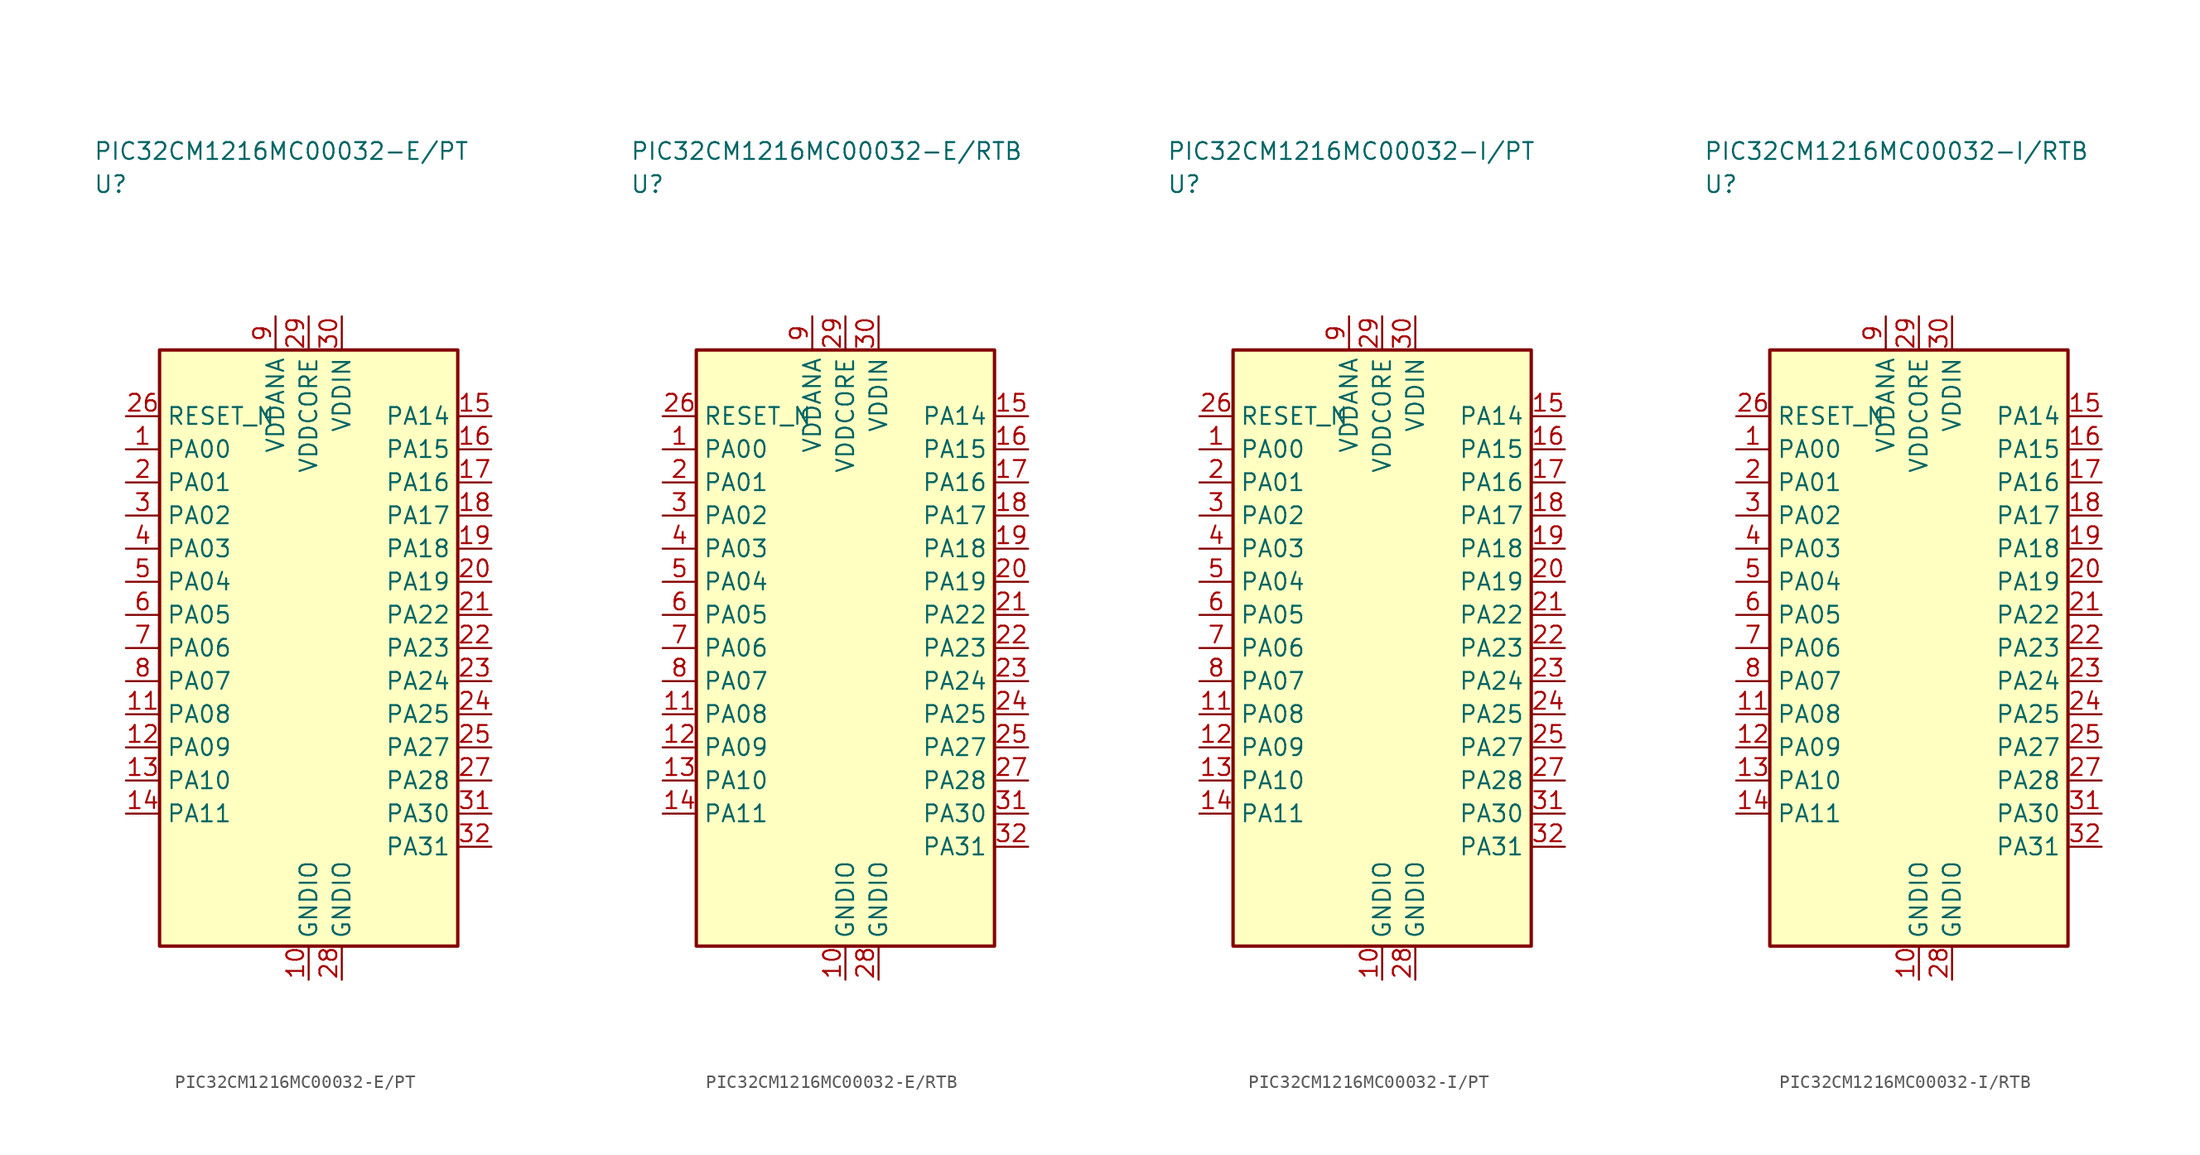
<source format=kicad_sym>
(kicad_symbol_lib
  (version 20241025)
  (generator "kicad_symbol_editor")
  (generator_version "8.0")
  (symbol "PIC32CM1216MC00032-E/PT"
    (property "Reference" "U"
      (at -16.25 35.0 0)
      (effects (font (size 1.27 1.27)) (justify left)))
    (property "Value" "PIC32CM1216MC00032-E/PT"
      (at -16.25 37.5 0)
      (effects (font (size 1.27 1.27)) (justify left)))
    (symbol "PIC32CM1216MC00032-E/PT_0_1"
      (rectangle (start -11.25 22.5) (end 11.25 -22.5) (stroke (width 0.254) (type default)) (fill (type background))))
    (symbol "PIC32CM1216MC00032-E/PT_1_1"
      (pin bidirectional line (at -13.79 15.0 0.0) (length 2.54) (name "PA00" (effects (font (size 1.27 1.27)))) (number "1" (effects (font (size 1.27 1.27)))))
      (pin bidirectional line (at -13.79 12.5 0.0) (length 2.54) (name "PA01" (effects (font (size 1.27 1.27)))) (number "2" (effects (font (size 1.27 1.27)))))
      (pin bidirectional line (at -13.79 10.0 0.0) (length 2.54) (name "PA02" (effects (font (size 1.27 1.27)))) (number "3" (effects (font (size 1.27 1.27)))))
      (pin bidirectional line (at -13.79 7.5 0.0) (length 2.54) (name "PA03" (effects (font (size 1.27 1.27)))) (number "4" (effects (font (size 1.27 1.27)))))
      (pin bidirectional line (at -13.79 5.0 0.0) (length 2.54) (name "PA04" (effects (font (size 1.27 1.27)))) (number "5" (effects (font (size 1.27 1.27)))))
      (pin bidirectional line (at -13.79 2.5 0.0) (length 2.54) (name "PA05" (effects (font (size 1.27 1.27)))) (number "6" (effects (font (size 1.27 1.27)))))
      (pin bidirectional line (at -13.79 0.0 0.0) (length 2.54) (name "PA06" (effects (font (size 1.27 1.27)))) (number "7" (effects (font (size 1.27 1.27)))))
      (pin bidirectional line (at -13.79 -2.5 0.0) (length 2.54) (name "PA07" (effects (font (size 1.27 1.27)))) (number "8" (effects (font (size 1.27 1.27)))))
      (pin power_in line (at -2.5 25.04 270.0) (length 2.54) (name "VDDANA" (effects (font (size 1.27 1.27)))) (number "9" (effects (font (size 1.27 1.27)))))
      (pin passive line (at 0.0 -25.04 90.0) (length 2.54) (name "GNDIO" (effects (font (size 1.27 1.27)))) (number "10" (effects (font (size 1.27 1.27)))))
      (pin bidirectional line (at -13.79 -5.0 0.0) (length 2.54) (name "PA08" (effects (font (size 1.27 1.27)))) (number "11" (effects (font (size 1.27 1.27)))))
      (pin bidirectional line (at -13.79 -7.5 0.0) (length 2.54) (name "PA09" (effects (font (size 1.27 1.27)))) (number "12" (effects (font (size 1.27 1.27)))))
      (pin bidirectional line (at -13.79 -10.0 0.0) (length 2.54) (name "PA10" (effects (font (size 1.27 1.27)))) (number "13" (effects (font (size 1.27 1.27)))))
      (pin bidirectional line (at -13.79 -12.5 0.0) (length 2.54) (name "PA11" (effects (font (size 1.27 1.27)))) (number "14" (effects (font (size 1.27 1.27)))))
      (pin bidirectional line (at 13.79 17.5 180.0) (length 2.54) (name "PA14" (effects (font (size 1.27 1.27)))) (number "15" (effects (font (size 1.27 1.27)))))
      (pin bidirectional line (at 13.79 15.0 180.0) (length 2.54) (name "PA15" (effects (font (size 1.27 1.27)))) (number "16" (effects (font (size 1.27 1.27)))))
      (pin bidirectional line (at 13.79 12.5 180.0) (length 2.54) (name "PA16" (effects (font (size 1.27 1.27)))) (number "17" (effects (font (size 1.27 1.27)))))
      (pin bidirectional line (at 13.79 10.0 180.0) (length 2.54) (name "PA17" (effects (font (size 1.27 1.27)))) (number "18" (effects (font (size 1.27 1.27)))))
      (pin bidirectional line (at 13.79 7.5 180.0) (length 2.54) (name "PA18" (effects (font (size 1.27 1.27)))) (number "19" (effects (font (size 1.27 1.27)))))
      (pin bidirectional line (at 13.79 5.0 180.0) (length 2.54) (name "PA19" (effects (font (size 1.27 1.27)))) (number "20" (effects (font (size 1.27 1.27)))))
      (pin bidirectional line (at 13.79 2.5 180.0) (length 2.54) (name "PA22" (effects (font (size 1.27 1.27)))) (number "21" (effects (font (size 1.27 1.27)))))
      (pin bidirectional line (at 13.79 0.0 180.0) (length 2.54) (name "PA23" (effects (font (size 1.27 1.27)))) (number "22" (effects (font (size 1.27 1.27)))))
      (pin bidirectional line (at 13.79 -2.5 180.0) (length 2.54) (name "PA24" (effects (font (size 1.27 1.27)))) (number "23" (effects (font (size 1.27 1.27)))))
      (pin bidirectional line (at 13.79 -5.0 180.0) (length 2.54) (name "PA25" (effects (font (size 1.27 1.27)))) (number "24" (effects (font (size 1.27 1.27)))))
      (pin bidirectional line (at 13.79 -7.5 180.0) (length 2.54) (name "PA27" (effects (font (size 1.27 1.27)))) (number "25" (effects (font (size 1.27 1.27)))))
      (pin input line (at -13.79 17.5 0.0) (length 2.54) (name "RESET_N" (effects (font (size 1.27 1.27)))) (number "26" (effects (font (size 1.27 1.27)))))
      (pin bidirectional line (at 13.79 -10.0 180.0) (length 2.54) (name "PA28" (effects (font (size 1.27 1.27)))) (number "27" (effects (font (size 1.27 1.27)))))
      (pin passive line (at 2.5 -25.04 90.0) (length 2.54) (name "GNDIO" (effects (font (size 1.27 1.27)))) (number "28" (effects (font (size 1.27 1.27)))))
      (pin power_in line (at 0.0 25.04 270.0) (length 2.54) (name "VDDCORE" (effects (font (size 1.27 1.27)))) (number "29" (effects (font (size 1.27 1.27)))))
      (pin power_in line (at 2.5 25.04 270.0) (length 2.54) (name "VDDIN" (effects (font (size 1.27 1.27)))) (number "30" (effects (font (size 1.27 1.27)))))
      (pin bidirectional line (at 13.79 -12.5 180.0) (length 2.54) (name "PA30" (effects (font (size 1.27 1.27)))) (number "31" (effects (font (size 1.27 1.27)))))
      (pin bidirectional line (at 13.79 -15.0 180.0) (length 2.54) (name "PA31" (effects (font (size 1.27 1.27)))) (number "32" (effects (font (size 1.27 1.27)))))))
  (symbol "PIC32CM1216MC00032-E/RTB"
    (property "Reference" "U"
      (at -16.25 35.0 0)
      (effects (font (size 1.27 1.27)) (justify left)))
    (property "Value" "PIC32CM1216MC00032-E/RTB"
      (at -16.25 37.5 0)
      (effects (font (size 1.27 1.27)) (justify left)))
    (symbol "PIC32CM1216MC00032-E/RTB_0_1"
      (rectangle (start -11.25 22.5) (end 11.25 -22.5) (stroke (width 0.254) (type default)) (fill (type background))))
    (symbol "PIC32CM1216MC00032-E/RTB_1_1"
      (pin bidirectional line (at -13.79 15.0 0.0) (length 2.54) (name "PA00" (effects (font (size 1.27 1.27)))) (number "1" (effects (font (size 1.27 1.27)))))
      (pin bidirectional line (at -13.79 12.5 0.0) (length 2.54) (name "PA01" (effects (font (size 1.27 1.27)))) (number "2" (effects (font (size 1.27 1.27)))))
      (pin bidirectional line (at -13.79 10.0 0.0) (length 2.54) (name "PA02" (effects (font (size 1.27 1.27)))) (number "3" (effects (font (size 1.27 1.27)))))
      (pin bidirectional line (at -13.79 7.5 0.0) (length 2.54) (name "PA03" (effects (font (size 1.27 1.27)))) (number "4" (effects (font (size 1.27 1.27)))))
      (pin bidirectional line (at -13.79 5.0 0.0) (length 2.54) (name "PA04" (effects (font (size 1.27 1.27)))) (number "5" (effects (font (size 1.27 1.27)))))
      (pin bidirectional line (at -13.79 2.5 0.0) (length 2.54) (name "PA05" (effects (font (size 1.27 1.27)))) (number "6" (effects (font (size 1.27 1.27)))))
      (pin bidirectional line (at -13.79 0.0 0.0) (length 2.54) (name "PA06" (effects (font (size 1.27 1.27)))) (number "7" (effects (font (size 1.27 1.27)))))
      (pin bidirectional line (at -13.79 -2.5 0.0) (length 2.54) (name "PA07" (effects (font (size 1.27 1.27)))) (number "8" (effects (font (size 1.27 1.27)))))
      (pin power_in line (at -2.5 25.04 270.0) (length 2.54) (name "VDDANA" (effects (font (size 1.27 1.27)))) (number "9" (effects (font (size 1.27 1.27)))))
      (pin passive line (at 0.0 -25.04 90.0) (length 2.54) (name "GNDIO" (effects (font (size 1.27 1.27)))) (number "10" (effects (font (size 1.27 1.27)))))
      (pin bidirectional line (at -13.79 -5.0 0.0) (length 2.54) (name "PA08" (effects (font (size 1.27 1.27)))) (number "11" (effects (font (size 1.27 1.27)))))
      (pin bidirectional line (at -13.79 -7.5 0.0) (length 2.54) (name "PA09" (effects (font (size 1.27 1.27)))) (number "12" (effects (font (size 1.27 1.27)))))
      (pin bidirectional line (at -13.79 -10.0 0.0) (length 2.54) (name "PA10" (effects (font (size 1.27 1.27)))) (number "13" (effects (font (size 1.27 1.27)))))
      (pin bidirectional line (at -13.79 -12.5 0.0) (length 2.54) (name "PA11" (effects (font (size 1.27 1.27)))) (number "14" (effects (font (size 1.27 1.27)))))
      (pin bidirectional line (at 13.79 17.5 180.0) (length 2.54) (name "PA14" (effects (font (size 1.27 1.27)))) (number "15" (effects (font (size 1.27 1.27)))))
      (pin bidirectional line (at 13.79 15.0 180.0) (length 2.54) (name "PA15" (effects (font (size 1.27 1.27)))) (number "16" (effects (font (size 1.27 1.27)))))
      (pin bidirectional line (at 13.79 12.5 180.0) (length 2.54) (name "PA16" (effects (font (size 1.27 1.27)))) (number "17" (effects (font (size 1.27 1.27)))))
      (pin bidirectional line (at 13.79 10.0 180.0) (length 2.54) (name "PA17" (effects (font (size 1.27 1.27)))) (number "18" (effects (font (size 1.27 1.27)))))
      (pin bidirectional line (at 13.79 7.5 180.0) (length 2.54) (name "PA18" (effects (font (size 1.27 1.27)))) (number "19" (effects (font (size 1.27 1.27)))))
      (pin bidirectional line (at 13.79 5.0 180.0) (length 2.54) (name "PA19" (effects (font (size 1.27 1.27)))) (number "20" (effects (font (size 1.27 1.27)))))
      (pin bidirectional line (at 13.79 2.5 180.0) (length 2.54) (name "PA22" (effects (font (size 1.27 1.27)))) (number "21" (effects (font (size 1.27 1.27)))))
      (pin bidirectional line (at 13.79 0.0 180.0) (length 2.54) (name "PA23" (effects (font (size 1.27 1.27)))) (number "22" (effects (font (size 1.27 1.27)))))
      (pin bidirectional line (at 13.79 -2.5 180.0) (length 2.54) (name "PA24" (effects (font (size 1.27 1.27)))) (number "23" (effects (font (size 1.27 1.27)))))
      (pin bidirectional line (at 13.79 -5.0 180.0) (length 2.54) (name "PA25" (effects (font (size 1.27 1.27)))) (number "24" (effects (font (size 1.27 1.27)))))
      (pin bidirectional line (at 13.79 -7.5 180.0) (length 2.54) (name "PA27" (effects (font (size 1.27 1.27)))) (number "25" (effects (font (size 1.27 1.27)))))
      (pin input line (at -13.79 17.5 0.0) (length 2.54) (name "RESET_N" (effects (font (size 1.27 1.27)))) (number "26" (effects (font (size 1.27 1.27)))))
      (pin bidirectional line (at 13.79 -10.0 180.0) (length 2.54) (name "PA28" (effects (font (size 1.27 1.27)))) (number "27" (effects (font (size 1.27 1.27)))))
      (pin passive line (at 2.5 -25.04 90.0) (length 2.54) (name "GNDIO" (effects (font (size 1.27 1.27)))) (number "28" (effects (font (size 1.27 1.27)))))
      (pin power_in line (at 0.0 25.04 270.0) (length 2.54) (name "VDDCORE" (effects (font (size 1.27 1.27)))) (number "29" (effects (font (size 1.27 1.27)))))
      (pin power_in line (at 2.5 25.04 270.0) (length 2.54) (name "VDDIN" (effects (font (size 1.27 1.27)))) (number "30" (effects (font (size 1.27 1.27)))))
      (pin bidirectional line (at 13.79 -12.5 180.0) (length 2.54) (name "PA30" (effects (font (size 1.27 1.27)))) (number "31" (effects (font (size 1.27 1.27)))))
      (pin bidirectional line (at 13.79 -15.0 180.0) (length 2.54) (name "PA31" (effects (font (size 1.27 1.27)))) (number "32" (effects (font (size 1.27 1.27)))))))
  (symbol "PIC32CM1216MC00032-I/PT"
    (property "Reference" "U"
      (at -16.25 35.0 0)
      (effects (font (size 1.27 1.27)) (justify left)))
    (property "Value" "PIC32CM1216MC00032-I/PT"
      (at -16.25 37.5 0)
      (effects (font (size 1.27 1.27)) (justify left)))
    (symbol "PIC32CM1216MC00032-I/PT_0_1"
      (rectangle (start -11.25 22.5) (end 11.25 -22.5) (stroke (width 0.254) (type default)) (fill (type background))))
    (symbol "PIC32CM1216MC00032-I/PT_1_1"
      (pin bidirectional line (at -13.79 15.0 0.0) (length 2.54) (name "PA00" (effects (font (size 1.27 1.27)))) (number "1" (effects (font (size 1.27 1.27)))))
      (pin bidirectional line (at -13.79 12.5 0.0) (length 2.54) (name "PA01" (effects (font (size 1.27 1.27)))) (number "2" (effects (font (size 1.27 1.27)))))
      (pin bidirectional line (at -13.79 10.0 0.0) (length 2.54) (name "PA02" (effects (font (size 1.27 1.27)))) (number "3" (effects (font (size 1.27 1.27)))))
      (pin bidirectional line (at -13.79 7.5 0.0) (length 2.54) (name "PA03" (effects (font (size 1.27 1.27)))) (number "4" (effects (font (size 1.27 1.27)))))
      (pin bidirectional line (at -13.79 5.0 0.0) (length 2.54) (name "PA04" (effects (font (size 1.27 1.27)))) (number "5" (effects (font (size 1.27 1.27)))))
      (pin bidirectional line (at -13.79 2.5 0.0) (length 2.54) (name "PA05" (effects (font (size 1.27 1.27)))) (number "6" (effects (font (size 1.27 1.27)))))
      (pin bidirectional line (at -13.79 0.0 0.0) (length 2.54) (name "PA06" (effects (font (size 1.27 1.27)))) (number "7" (effects (font (size 1.27 1.27)))))
      (pin bidirectional line (at -13.79 -2.5 0.0) (length 2.54) (name "PA07" (effects (font (size 1.27 1.27)))) (number "8" (effects (font (size 1.27 1.27)))))
      (pin power_in line (at -2.5 25.04 270.0) (length 2.54) (name "VDDANA" (effects (font (size 1.27 1.27)))) (number "9" (effects (font (size 1.27 1.27)))))
      (pin passive line (at 0.0 -25.04 90.0) (length 2.54) (name "GNDIO" (effects (font (size 1.27 1.27)))) (number "10" (effects (font (size 1.27 1.27)))))
      (pin bidirectional line (at -13.79 -5.0 0.0) (length 2.54) (name "PA08" (effects (font (size 1.27 1.27)))) (number "11" (effects (font (size 1.27 1.27)))))
      (pin bidirectional line (at -13.79 -7.5 0.0) (length 2.54) (name "PA09" (effects (font (size 1.27 1.27)))) (number "12" (effects (font (size 1.27 1.27)))))
      (pin bidirectional line (at -13.79 -10.0 0.0) (length 2.54) (name "PA10" (effects (font (size 1.27 1.27)))) (number "13" (effects (font (size 1.27 1.27)))))
      (pin bidirectional line (at -13.79 -12.5 0.0) (length 2.54) (name "PA11" (effects (font (size 1.27 1.27)))) (number "14" (effects (font (size 1.27 1.27)))))
      (pin bidirectional line (at 13.79 17.5 180.0) (length 2.54) (name "PA14" (effects (font (size 1.27 1.27)))) (number "15" (effects (font (size 1.27 1.27)))))
      (pin bidirectional line (at 13.79 15.0 180.0) (length 2.54) (name "PA15" (effects (font (size 1.27 1.27)))) (number "16" (effects (font (size 1.27 1.27)))))
      (pin bidirectional line (at 13.79 12.5 180.0) (length 2.54) (name "PA16" (effects (font (size 1.27 1.27)))) (number "17" (effects (font (size 1.27 1.27)))))
      (pin bidirectional line (at 13.79 10.0 180.0) (length 2.54) (name "PA17" (effects (font (size 1.27 1.27)))) (number "18" (effects (font (size 1.27 1.27)))))
      (pin bidirectional line (at 13.79 7.5 180.0) (length 2.54) (name "PA18" (effects (font (size 1.27 1.27)))) (number "19" (effects (font (size 1.27 1.27)))))
      (pin bidirectional line (at 13.79 5.0 180.0) (length 2.54) (name "PA19" (effects (font (size 1.27 1.27)))) (number "20" (effects (font (size 1.27 1.27)))))
      (pin bidirectional line (at 13.79 2.5 180.0) (length 2.54) (name "PA22" (effects (font (size 1.27 1.27)))) (number "21" (effects (font (size 1.27 1.27)))))
      (pin bidirectional line (at 13.79 0.0 180.0) (length 2.54) (name "PA23" (effects (font (size 1.27 1.27)))) (number "22" (effects (font (size 1.27 1.27)))))
      (pin bidirectional line (at 13.79 -2.5 180.0) (length 2.54) (name "PA24" (effects (font (size 1.27 1.27)))) (number "23" (effects (font (size 1.27 1.27)))))
      (pin bidirectional line (at 13.79 -5.0 180.0) (length 2.54) (name "PA25" (effects (font (size 1.27 1.27)))) (number "24" (effects (font (size 1.27 1.27)))))
      (pin bidirectional line (at 13.79 -7.5 180.0) (length 2.54) (name "PA27" (effects (font (size 1.27 1.27)))) (number "25" (effects (font (size 1.27 1.27)))))
      (pin input line (at -13.79 17.5 0.0) (length 2.54) (name "RESET_N" (effects (font (size 1.27 1.27)))) (number "26" (effects (font (size 1.27 1.27)))))
      (pin bidirectional line (at 13.79 -10.0 180.0) (length 2.54) (name "PA28" (effects (font (size 1.27 1.27)))) (number "27" (effects (font (size 1.27 1.27)))))
      (pin passive line (at 2.5 -25.04 90.0) (length 2.54) (name "GNDIO" (effects (font (size 1.27 1.27)))) (number "28" (effects (font (size 1.27 1.27)))))
      (pin power_in line (at 0.0 25.04 270.0) (length 2.54) (name "VDDCORE" (effects (font (size 1.27 1.27)))) (number "29" (effects (font (size 1.27 1.27)))))
      (pin power_in line (at 2.5 25.04 270.0) (length 2.54) (name "VDDIN" (effects (font (size 1.27 1.27)))) (number "30" (effects (font (size 1.27 1.27)))))
      (pin bidirectional line (at 13.79 -12.5 180.0) (length 2.54) (name "PA30" (effects (font (size 1.27 1.27)))) (number "31" (effects (font (size 1.27 1.27)))))
      (pin bidirectional line (at 13.79 -15.0 180.0) (length 2.54) (name "PA31" (effects (font (size 1.27 1.27)))) (number "32" (effects (font (size 1.27 1.27)))))))
  (symbol "PIC32CM1216MC00032-I/RTB"
    (property "Reference" "U"
      (at -16.25 35.0 0)
      (effects (font (size 1.27 1.27)) (justify left)))
    (property "Value" "PIC32CM1216MC00032-I/RTB"
      (at -16.25 37.5 0)
      (effects (font (size 1.27 1.27)) (justify left)))
    (symbol "PIC32CM1216MC00032-I/RTB_0_1"
      (rectangle (start -11.25 22.5) (end 11.25 -22.5) (stroke (width 0.254) (type default)) (fill (type background))))
    (symbol "PIC32CM1216MC00032-I/RTB_1_1"
      (pin bidirectional line (at -13.79 15.0 0.0) (length 2.54) (name "PA00" (effects (font (size 1.27 1.27)))) (number "1" (effects (font (size 1.27 1.27)))))
      (pin bidirectional line (at -13.79 12.5 0.0) (length 2.54) (name "PA01" (effects (font (size 1.27 1.27)))) (number "2" (effects (font (size 1.27 1.27)))))
      (pin bidirectional line (at -13.79 10.0 0.0) (length 2.54) (name "PA02" (effects (font (size 1.27 1.27)))) (number "3" (effects (font (size 1.27 1.27)))))
      (pin bidirectional line (at -13.79 7.5 0.0) (length 2.54) (name "PA03" (effects (font (size 1.27 1.27)))) (number "4" (effects (font (size 1.27 1.27)))))
      (pin bidirectional line (at -13.79 5.0 0.0) (length 2.54) (name "PA04" (effects (font (size 1.27 1.27)))) (number "5" (effects (font (size 1.27 1.27)))))
      (pin bidirectional line (at -13.79 2.5 0.0) (length 2.54) (name "PA05" (effects (font (size 1.27 1.27)))) (number "6" (effects (font (size 1.27 1.27)))))
      (pin bidirectional line (at -13.79 0.0 0.0) (length 2.54) (name "PA06" (effects (font (size 1.27 1.27)))) (number "7" (effects (font (size 1.27 1.27)))))
      (pin bidirectional line (at -13.79 -2.5 0.0) (length 2.54) (name "PA07" (effects (font (size 1.27 1.27)))) (number "8" (effects (font (size 1.27 1.27)))))
      (pin power_in line (at -2.5 25.04 270.0) (length 2.54) (name "VDDANA" (effects (font (size 1.27 1.27)))) (number "9" (effects (font (size 1.27 1.27)))))
      (pin passive line (at 0.0 -25.04 90.0) (length 2.54) (name "GNDIO" (effects (font (size 1.27 1.27)))) (number "10" (effects (font (size 1.27 1.27)))))
      (pin bidirectional line (at -13.79 -5.0 0.0) (length 2.54) (name "PA08" (effects (font (size 1.27 1.27)))) (number "11" (effects (font (size 1.27 1.27)))))
      (pin bidirectional line (at -13.79 -7.5 0.0) (length 2.54) (name "PA09" (effects (font (size 1.27 1.27)))) (number "12" (effects (font (size 1.27 1.27)))))
      (pin bidirectional line (at -13.79 -10.0 0.0) (length 2.54) (name "PA10" (effects (font (size 1.27 1.27)))) (number "13" (effects (font (size 1.27 1.27)))))
      (pin bidirectional line (at -13.79 -12.5 0.0) (length 2.54) (name "PA11" (effects (font (size 1.27 1.27)))) (number "14" (effects (font (size 1.27 1.27)))))
      (pin bidirectional line (at 13.79 17.5 180.0) (length 2.54) (name "PA14" (effects (font (size 1.27 1.27)))) (number "15" (effects (font (size 1.27 1.27)))))
      (pin bidirectional line (at 13.79 15.0 180.0) (length 2.54) (name "PA15" (effects (font (size 1.27 1.27)))) (number "16" (effects (font (size 1.27 1.27)))))
      (pin bidirectional line (at 13.79 12.5 180.0) (length 2.54) (name "PA16" (effects (font (size 1.27 1.27)))) (number "17" (effects (font (size 1.27 1.27)))))
      (pin bidirectional line (at 13.79 10.0 180.0) (length 2.54) (name "PA17" (effects (font (size 1.27 1.27)))) (number "18" (effects (font (size 1.27 1.27)))))
      (pin bidirectional line (at 13.79 7.5 180.0) (length 2.54) (name "PA18" (effects (font (size 1.27 1.27)))) (number "19" (effects (font (size 1.27 1.27)))))
      (pin bidirectional line (at 13.79 5.0 180.0) (length 2.54) (name "PA19" (effects (font (size 1.27 1.27)))) (number "20" (effects (font (size 1.27 1.27)))))
      (pin bidirectional line (at 13.79 2.5 180.0) (length 2.54) (name "PA22" (effects (font (size 1.27 1.27)))) (number "21" (effects (font (size 1.27 1.27)))))
      (pin bidirectional line (at 13.79 0.0 180.0) (length 2.54) (name "PA23" (effects (font (size 1.27 1.27)))) (number "22" (effects (font (size 1.27 1.27)))))
      (pin bidirectional line (at 13.79 -2.5 180.0) (length 2.54) (name "PA24" (effects (font (size 1.27 1.27)))) (number "23" (effects (font (size 1.27 1.27)))))
      (pin bidirectional line (at 13.79 -5.0 180.0) (length 2.54) (name "PA25" (effects (font (size 1.27 1.27)))) (number "24" (effects (font (size 1.27 1.27)))))
      (pin bidirectional line (at 13.79 -7.5 180.0) (length 2.54) (name "PA27" (effects (font (size 1.27 1.27)))) (number "25" (effects (font (size 1.27 1.27)))))
      (pin input line (at -13.79 17.5 0.0) (length 2.54) (name "RESET_N" (effects (font (size 1.27 1.27)))) (number "26" (effects (font (size 1.27 1.27)))))
      (pin bidirectional line (at 13.79 -10.0 180.0) (length 2.54) (name "PA28" (effects (font (size 1.27 1.27)))) (number "27" (effects (font (size 1.27 1.27)))))
      (pin passive line (at 2.5 -25.04 90.0) (length 2.54) (name "GNDIO" (effects (font (size 1.27 1.27)))) (number "28" (effects (font (size 1.27 1.27)))))
      (pin power_in line (at 0.0 25.04 270.0) (length 2.54) (name "VDDCORE" (effects (font (size 1.27 1.27)))) (number "29" (effects (font (size 1.27 1.27)))))
      (pin power_in line (at 2.5 25.04 270.0) (length 2.54) (name "VDDIN" (effects (font (size 1.27 1.27)))) (number "30" (effects (font (size 1.27 1.27)))))
      (pin bidirectional line (at 13.79 -12.5 180.0) (length 2.54) (name "PA30" (effects (font (size 1.27 1.27)))) (number "31" (effects (font (size 1.27 1.27)))))
      (pin bidirectional line (at 13.79 -15.0 180.0) (length 2.54) (name "PA31" (effects (font (size 1.27 1.27)))) (number "32" (effects (font (size 1.27 1.27))))))))
</source>
